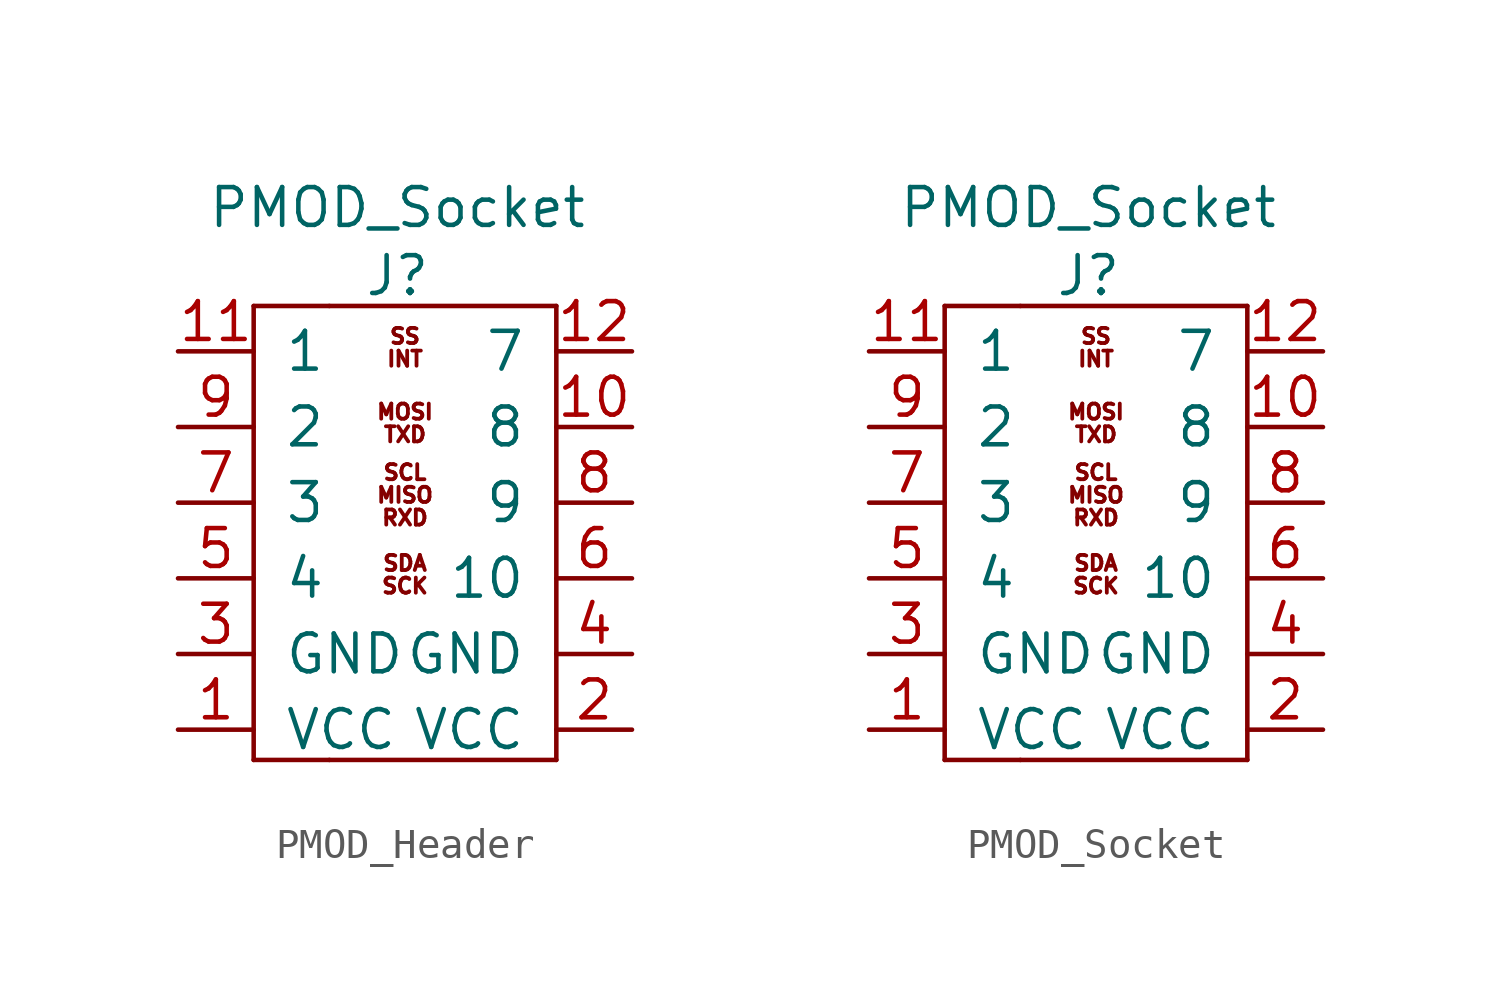
<source format=kicad_sym>
(kicad_symbol_lib
  (version 20231120)
  (generator "kicad_symbol_editor")
  (generator_version "8.0")
  (symbol "PMOD_Header"
    (pin_names
      (offset 1.016))
    (property "Reference" "J"
      (at -0.254 7.62 0)
      (effects (font (size 1.27 1.27))))
    (property "Value" "PMOD_Socket"
      (at -0.254 9.906 0)
      (effects (font (size 1.27 1.27))))
    (symbol "PMOD_Header_0_0"
      (text "INT" (at 0 4.826 0) (effects (font (size 0.508 0.508))))
      (text "MISO" (at 0 0.254 0) (effects (font (size 0.508 0.508))))
      (text "MOSI" (at 0 3.048 0) (effects (font (size 0.508 0.508))))
      (text "RXD" (at 0 -0.508 0) (effects (font (size 0.508 0.508))))
      (text "SCK" (at 0 -2.794 0) (effects (font (size 0.508 0.508))))
      (text "SCL" (at 0 1.016 0) (effects (font (size 0.508 0.508))))
      (text "SDA" (at 0 -2.032 0) (effects (font (size 0.508 0.508))))
      (text "SS" (at 0 5.588 0) (effects (font (size 0.508 0.508))))
      (text "TXD" (at 0 2.286 0) (effects (font (size 0.508 0.508)))))
    (symbol "PMOD_Header_0_1"
      (rectangle (start -5.08 -8.636) (end -2.54 -8.636) (stroke (width 0) (type default)) (fill (type none)))
      (rectangle (start -5.08 6.604) (end -5.08 -8.636) (stroke (width 0) (type default)) (fill (type none)))
      (rectangle (start -2.54 6.604) (end -5.08 6.604) (stroke (width 0) (type default)) (fill (type none)))
      (rectangle (start -2.54 6.604) (end 5.08 6.604) (stroke (width 0) (type default)) (fill (type none)))
      (rectangle (start 5.08 -8.636) (end -2.54 -8.636) (stroke (width 0) (type default)) (fill (type none)))
      (rectangle (start 5.08 6.604) (end 5.08 -8.636) (stroke (width 0) (type default)) (fill (type none))))
    (symbol "PMOD_Header_1_1"
      (pin power_in line (at -7.62 -7.62 0) (length 2.54) (name "VCC" (effects (font (size 1.27 1.27)))) (number "1" (effects (font (size 1.27 1.27)))))
      (pin bidirectional line (at 7.62 2.54 180) (length 2.54) (name "8" (effects (font (size 1.27 1.27)))) (number "10" (effects (font (size 1.27 1.27)))))
      (pin bidirectional line (at -7.62 5.08 0) (length 2.54) (name "1" (effects (font (size 1.27 1.27)))) (number "11" (effects (font (size 1.27 1.27)))))
      (pin bidirectional line (at 7.62 5.08 180) (length 2.54) (name "7" (effects (font (size 1.27 1.27)))) (number "12" (effects (font (size 1.27 1.27)))))
      (pin power_in line (at 7.62 -7.62 180) (length 2.54) (name "VCC" (effects (font (size 1.27 1.27)))) (number "2" (effects (font (size 1.27 1.27)))))
      (pin passive line (at -7.62 -5.08 0) (length 2.54) (name "GND" (effects (font (size 1.27 1.27)))) (number "3" (effects (font (size 1.27 1.27)))))
      (pin passive line (at 7.62 -5.08 180) (length 2.54) (name "GND" (effects (font (size 1.27 1.27)))) (number "4" (effects (font (size 1.27 1.27)))))
      (pin bidirectional line (at -7.62 -2.54 0) (length 2.54) (name "4" (effects (font (size 1.27 1.27)))) (number "5" (effects (font (size 1.27 1.27)))))
      (pin bidirectional line (at 7.62 -2.54 180) (length 2.54) (name "10" (effects (font (size 1.27 1.27)))) (number "6" (effects (font (size 1.27 1.27)))))
      (pin bidirectional line (at -7.62 0 0) (length 2.54) (name "3" (effects (font (size 1.27 1.27)))) (number "7" (effects (font (size 1.27 1.27)))))
      (pin bidirectional line (at 7.62 0 180) (length 2.54) (name "9" (effects (font (size 1.27 1.27)))) (number "8" (effects (font (size 1.27 1.27)))))
      (pin bidirectional line (at -7.62 2.54 0) (length 2.54) (name "2" (effects (font (size 1.27 1.27)))) (number "9" (effects (font (size 1.27 1.27)))))))
  (symbol "PMOD_Socket"
    (pin_names
      (offset 1.016))
    (property "Reference" "J"
      (at -0.254 7.62 0)
      (effects (font (size 1.27 1.27))))
    (property "Value" "PMOD_Socket"
      (at -0.254 9.906 0)
      (effects (font (size 1.27 1.27))))
    (symbol "PMOD_Socket_0_0"
      (text "INT" (at 0 4.826 0) (effects (font (size 0.508 0.508))))
      (text "MISO" (at 0 0.254 0) (effects (font (size 0.508 0.508))))
      (text "MOSI" (at 0 3.048 0) (effects (font (size 0.508 0.508))))
      (text "RXD" (at 0 -0.508 0) (effects (font (size 0.508 0.508))))
      (text "SCK" (at 0 -2.794 0) (effects (font (size 0.508 0.508))))
      (text "SCL" (at 0 1.016 0) (effects (font (size 0.508 0.508))))
      (text "SDA" (at 0 -2.032 0) (effects (font (size 0.508 0.508))))
      (text "SS" (at 0 5.588 0) (effects (font (size 0.508 0.508))))
      (text "TXD" (at 0 2.286 0) (effects (font (size 0.508 0.508)))))
    (symbol "PMOD_Socket_0_1"
      (rectangle (start -5.08 -8.636) (end -2.54 -8.636) (stroke (width 0) (type default)) (fill (type none)))
      (rectangle (start -5.08 6.604) (end -5.08 -8.636) (stroke (width 0) (type default)) (fill (type none)))
      (rectangle (start -2.54 6.604) (end -5.08 6.604) (stroke (width 0) (type default)) (fill (type none)))
      (rectangle (start -2.54 6.604) (end 5.08 6.604) (stroke (width 0) (type default)) (fill (type none)))
      (rectangle (start 5.08 -8.636) (end -2.54 -8.636) (stroke (width 0) (type default)) (fill (type none)))
      (rectangle (start 5.08 6.604) (end 5.08 -8.636) (stroke (width 0) (type default)) (fill (type none))))
    (symbol "PMOD_Socket_1_1"
      (pin power_in line (at -7.62 -7.62 0) (length 2.54) (name "VCC" (effects (font (size 1.27 1.27)))) (number "1" (effects (font (size 1.27 1.27)))))
      (pin bidirectional line (at 7.62 2.54 180) (length 2.54) (name "8" (effects (font (size 1.27 1.27)))) (number "10" (effects (font (size 1.27 1.27)))))
      (pin bidirectional line (at -7.62 5.08 0) (length 2.54) (name "1" (effects (font (size 1.27 1.27)))) (number "11" (effects (font (size 1.27 1.27)))))
      (pin bidirectional line (at 7.62 5.08 180) (length 2.54) (name "7" (effects (font (size 1.27 1.27)))) (number "12" (effects (font (size 1.27 1.27)))))
      (pin power_in line (at 7.62 -7.62 180) (length 2.54) (name "VCC" (effects (font (size 1.27 1.27)))) (number "2" (effects (font (size 1.27 1.27)))))
      (pin passive line (at -7.62 -5.08 0) (length 2.54) (name "GND" (effects (font (size 1.27 1.27)))) (number "3" (effects (font (size 1.27 1.27)))))
      (pin passive line (at 7.62 -5.08 180) (length 2.54) (name "GND" (effects (font (size 1.27 1.27)))) (number "4" (effects (font (size 1.27 1.27)))))
      (pin bidirectional line (at -7.62 -2.54 0) (length 2.54) (name "4" (effects (font (size 1.27 1.27)))) (number "5" (effects (font (size 1.27 1.27)))))
      (pin bidirectional line (at 7.62 -2.54 180) (length 2.54) (name "10" (effects (font (size 1.27 1.27)))) (number "6" (effects (font (size 1.27 1.27)))))
      (pin bidirectional line (at -7.62 0 0) (length 2.54) (name "3" (effects (font (size 1.27 1.27)))) (number "7" (effects (font (size 1.27 1.27)))))
      (pin bidirectional line (at 7.62 0 180) (length 2.54) (name "9" (effects (font (size 1.27 1.27)))) (number "8" (effects (font (size 1.27 1.27)))))
      (pin bidirectional line (at -7.62 2.54 0) (length 2.54) (name "2" (effects (font (size 1.27 1.27)))) (number "9" (effects (font (size 1.27 1.27))))))))
</source>
